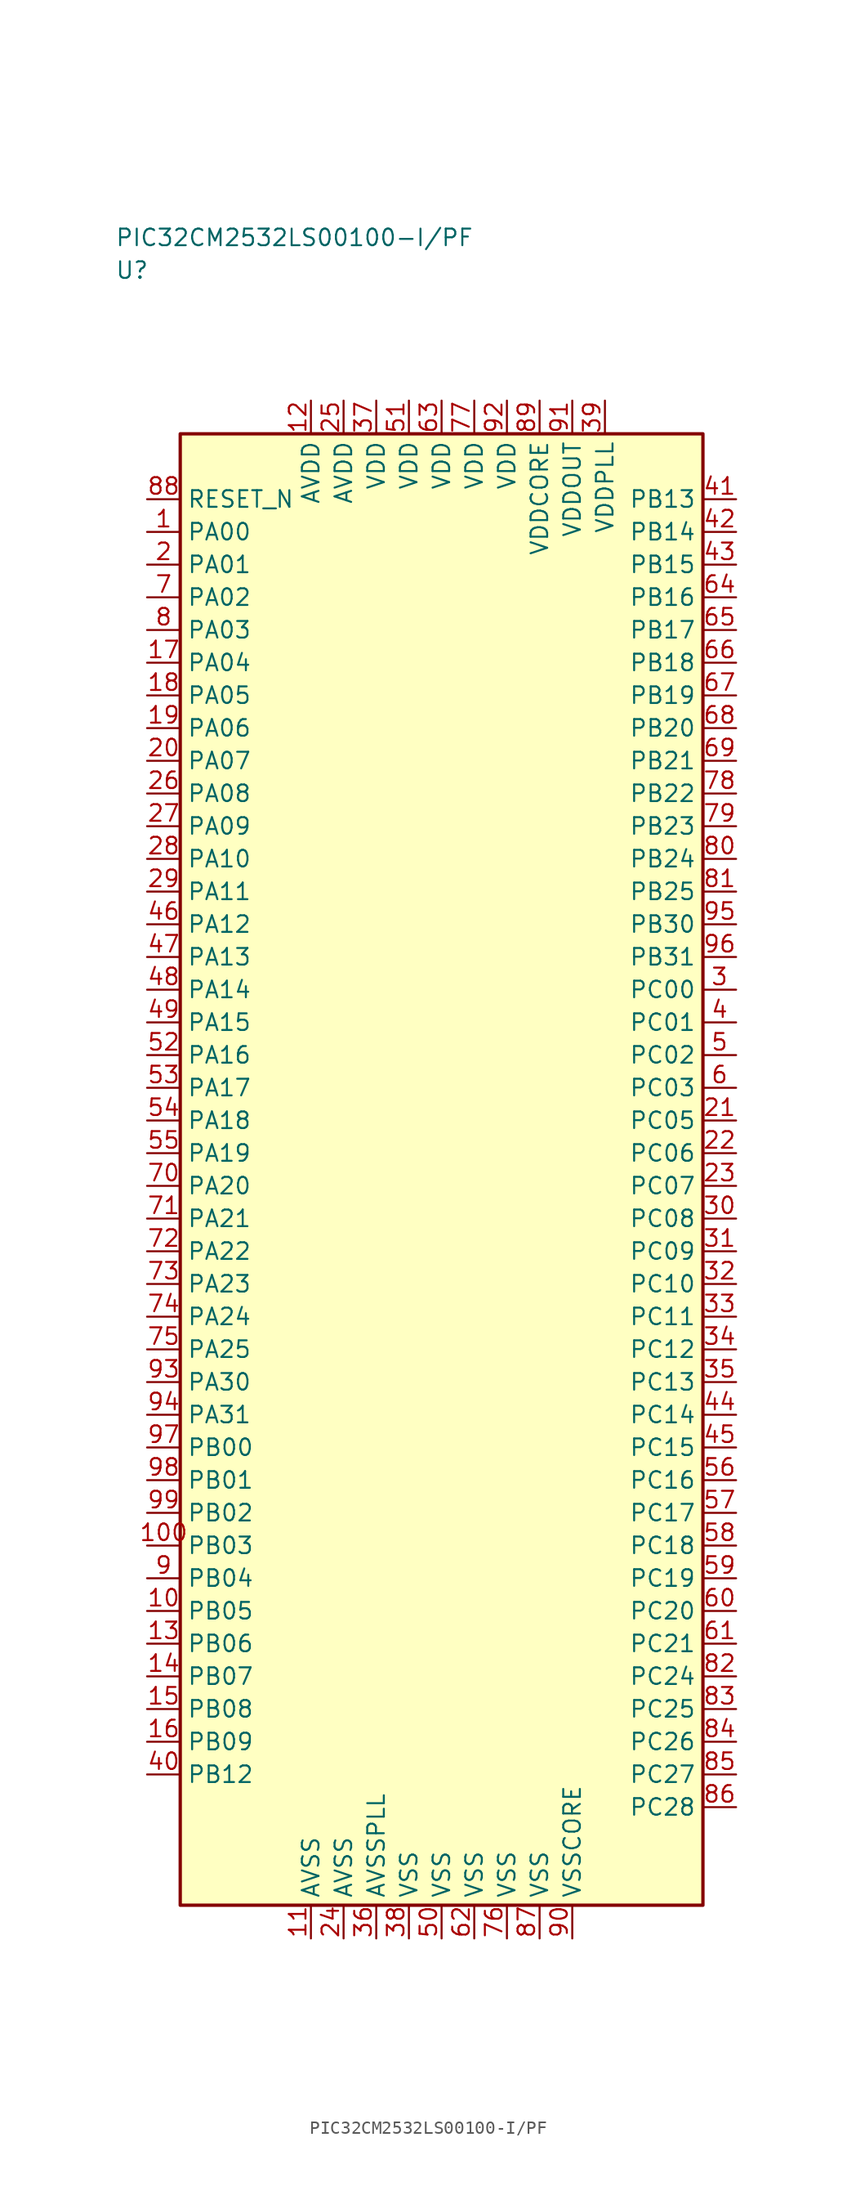
<source format=kicad_sym>
(kicad_symbol_lib
  (version 20241025)
  (generator "kicad_symbol_editor")
  (generator_version "8.0")
  (symbol "PIC32CM2532LS00100-I/PF"
    (property "Reference" "U"
      (at -25.0 68.75 0)
      (effects (font (size 1.27 1.27)) (justify left)))
    (property "Value" "PIC32CM2532LS00100-I/PF"
      (at -25.0 71.25 0)
      (effects (font (size 1.27 1.27)) (justify left)))
    (symbol "PIC32CM2532LS00100-I/PF_0_1"
      (rectangle (start -20.0 56.25) (end 20.0 -56.25) (stroke (width 0.254) (type default)) (fill (type background))))
    (symbol "PIC32CM2532LS00100-I/PF_1_1"
      (pin bidirectional line (at -22.54 48.75 0.0) (length 2.54) (name "PA00" (effects (font (size 1.27 1.27)))) (number "1" (effects (font (size 1.27 1.27)))))
      (pin bidirectional line (at -22.54 46.25 0.0) (length 2.54) (name "PA01" (effects (font (size 1.27 1.27)))) (number "2" (effects (font (size 1.27 1.27)))))
      (pin bidirectional line (at 22.54 13.75 180.0) (length 2.54) (name "PC00" (effects (font (size 1.27 1.27)))) (number "3" (effects (font (size 1.27 1.27)))))
      (pin bidirectional line (at 22.54 11.25 180.0) (length 2.54) (name "PC01" (effects (font (size 1.27 1.27)))) (number "4" (effects (font (size 1.27 1.27)))))
      (pin bidirectional line (at 22.54 8.75 180.0) (length 2.54) (name "PC02" (effects (font (size 1.27 1.27)))) (number "5" (effects (font (size 1.27 1.27)))))
      (pin bidirectional line (at 22.54 6.25 180.0) (length 2.54) (name "PC03" (effects (font (size 1.27 1.27)))) (number "6" (effects (font (size 1.27 1.27)))))
      (pin bidirectional line (at -22.54 43.75 0.0) (length 2.54) (name "PA02" (effects (font (size 1.27 1.27)))) (number "7" (effects (font (size 1.27 1.27)))))
      (pin bidirectional line (at -22.54 41.25 0.0) (length 2.54) (name "PA03" (effects (font (size 1.27 1.27)))) (number "8" (effects (font (size 1.27 1.27)))))
      (pin bidirectional line (at -22.54 -31.25 0.0) (length 2.54) (name "PB04" (effects (font (size 1.27 1.27)))) (number "9" (effects (font (size 1.27 1.27)))))
      (pin bidirectional line (at -22.54 -33.75 0.0) (length 2.54) (name "PB05" (effects (font (size 1.27 1.27)))) (number "10" (effects (font (size 1.27 1.27)))))
      (pin passive line (at -10.0 -58.79 90.0) (length 2.54) (name "AVSS" (effects (font (size 1.27 1.27)))) (number "11" (effects (font (size 1.27 1.27)))))
      (pin power_in line (at -10.0 58.79 270.0) (length 2.54) (name "AVDD" (effects (font (size 1.27 1.27)))) (number "12" (effects (font (size 1.27 1.27)))))
      (pin bidirectional line (at -22.54 -36.25 0.0) (length 2.54) (name "PB06" (effects (font (size 1.27 1.27)))) (number "13" (effects (font (size 1.27 1.27)))))
      (pin bidirectional line (at -22.54 -38.75 0.0) (length 2.54) (name "PB07" (effects (font (size 1.27 1.27)))) (number "14" (effects (font (size 1.27 1.27)))))
      (pin bidirectional line (at -22.54 -41.25 0.0) (length 2.54) (name "PB08" (effects (font (size 1.27 1.27)))) (number "15" (effects (font (size 1.27 1.27)))))
      (pin bidirectional line (at -22.54 -43.75 0.0) (length 2.54) (name "PB09" (effects (font (size 1.27 1.27)))) (number "16" (effects (font (size 1.27 1.27)))))
      (pin bidirectional line (at -22.54 38.75 0.0) (length 2.54) (name "PA04" (effects (font (size 1.27 1.27)))) (number "17" (effects (font (size 1.27 1.27)))))
      (pin bidirectional line (at -22.54 36.25 0.0) (length 2.54) (name "PA05" (effects (font (size 1.27 1.27)))) (number "18" (effects (font (size 1.27 1.27)))))
      (pin bidirectional line (at -22.54 33.75 0.0) (length 2.54) (name "PA06" (effects (font (size 1.27 1.27)))) (number "19" (effects (font (size 1.27 1.27)))))
      (pin bidirectional line (at -22.54 31.25 0.0) (length 2.54) (name "PA07" (effects (font (size 1.27 1.27)))) (number "20" (effects (font (size 1.27 1.27)))))
      (pin bidirectional line (at 22.54 3.75 180.0) (length 2.54) (name "PC05" (effects (font (size 1.27 1.27)))) (number "21" (effects (font (size 1.27 1.27)))))
      (pin bidirectional line (at 22.54 1.25 180.0) (length 2.54) (name "PC06" (effects (font (size 1.27 1.27)))) (number "22" (effects (font (size 1.27 1.27)))))
      (pin bidirectional line (at 22.54 -1.25 180.0) (length 2.54) (name "PC07" (effects (font (size 1.27 1.27)))) (number "23" (effects (font (size 1.27 1.27)))))
      (pin passive line (at -7.5 -58.79 90.0) (length 2.54) (name "AVSS" (effects (font (size 1.27 1.27)))) (number "24" (effects (font (size 1.27 1.27)))))
      (pin power_in line (at -7.5 58.79 270.0) (length 2.54) (name "AVDD" (effects (font (size 1.27 1.27)))) (number "25" (effects (font (size 1.27 1.27)))))
      (pin bidirectional line (at -22.54 28.75 0.0) (length 2.54) (name "PA08" (effects (font (size 1.27 1.27)))) (number "26" (effects (font (size 1.27 1.27)))))
      (pin bidirectional line (at -22.54 26.25 0.0) (length 2.54) (name "PA09" (effects (font (size 1.27 1.27)))) (number "27" (effects (font (size 1.27 1.27)))))
      (pin bidirectional line (at -22.54 23.75 0.0) (length 2.54) (name "PA10" (effects (font (size 1.27 1.27)))) (number "28" (effects (font (size 1.27 1.27)))))
      (pin bidirectional line (at -22.54 21.25 0.0) (length 2.54) (name "PA11" (effects (font (size 1.27 1.27)))) (number "29" (effects (font (size 1.27 1.27)))))
      (pin bidirectional line (at 22.54 -3.75 180.0) (length 2.54) (name "PC08" (effects (font (size 1.27 1.27)))) (number "30" (effects (font (size 1.27 1.27)))))
      (pin bidirectional line (at 22.54 -6.25 180.0) (length 2.54) (name "PC09" (effects (font (size 1.27 1.27)))) (number "31" (effects (font (size 1.27 1.27)))))
      (pin bidirectional line (at 22.54 -8.75 180.0) (length 2.54) (name "PC10" (effects (font (size 1.27 1.27)))) (number "32" (effects (font (size 1.27 1.27)))))
      (pin bidirectional line (at 22.54 -11.25 180.0) (length 2.54) (name "PC11" (effects (font (size 1.27 1.27)))) (number "33" (effects (font (size 1.27 1.27)))))
      (pin bidirectional line (at 22.54 -13.75 180.0) (length 2.54) (name "PC12" (effects (font (size 1.27 1.27)))) (number "34" (effects (font (size 1.27 1.27)))))
      (pin bidirectional line (at 22.54 -16.25 180.0) (length 2.54) (name "PC13" (effects (font (size 1.27 1.27)))) (number "35" (effects (font (size 1.27 1.27)))))
      (pin passive line (at -5.0 -58.79 90.0) (length 2.54) (name "AVSSPLL" (effects (font (size 1.27 1.27)))) (number "36" (effects (font (size 1.27 1.27)))))
      (pin power_in line (at -5.0 58.79 270.0) (length 2.54) (name "VDD" (effects (font (size 1.27 1.27)))) (number "37" (effects (font (size 1.27 1.27)))))
      (pin passive line (at -2.5 -58.79 90.0) (length 2.54) (name "VSS" (effects (font (size 1.27 1.27)))) (number "38" (effects (font (size 1.27 1.27)))))
      (pin power_in line (at 12.5 58.79 270.0) (length 2.54) (name "VDDPLL" (effects (font (size 1.27 1.27)))) (number "39" (effects (font (size 1.27 1.27)))))
      (pin bidirectional line (at -22.54 -46.25 0.0) (length 2.54) (name "PB12" (effects (font (size 1.27 1.27)))) (number "40" (effects (font (size 1.27 1.27)))))
      (pin bidirectional line (at 22.54 51.25 180.0) (length 2.54) (name "PB13" (effects (font (size 1.27 1.27)))) (number "41" (effects (font (size 1.27 1.27)))))
      (pin bidirectional line (at 22.54 48.75 180.0) (length 2.54) (name "PB14" (effects (font (size 1.27 1.27)))) (number "42" (effects (font (size 1.27 1.27)))))
      (pin bidirectional line (at 22.54 46.25 180.0) (length 2.54) (name "PB15" (effects (font (size 1.27 1.27)))) (number "43" (effects (font (size 1.27 1.27)))))
      (pin bidirectional line (at 22.54 -18.75 180.0) (length 2.54) (name "PC14" (effects (font (size 1.27 1.27)))) (number "44" (effects (font (size 1.27 1.27)))))
      (pin bidirectional line (at 22.54 -21.25 180.0) (length 2.54) (name "PC15" (effects (font (size 1.27 1.27)))) (number "45" (effects (font (size 1.27 1.27)))))
      (pin bidirectional line (at -22.54 18.75 0.0) (length 2.54) (name "PA12" (effects (font (size 1.27 1.27)))) (number "46" (effects (font (size 1.27 1.27)))))
      (pin bidirectional line (at -22.54 16.25 0.0) (length 2.54) (name "PA13" (effects (font (size 1.27 1.27)))) (number "47" (effects (font (size 1.27 1.27)))))
      (pin bidirectional line (at -22.54 13.75 0.0) (length 2.54) (name "PA14" (effects (font (size 1.27 1.27)))) (number "48" (effects (font (size 1.27 1.27)))))
      (pin bidirectional line (at -22.54 11.25 0.0) (length 2.54) (name "PA15" (effects (font (size 1.27 1.27)))) (number "49" (effects (font (size 1.27 1.27)))))
      (pin passive line (at 0.0 -58.79 90.0) (length 2.54) (name "VSS" (effects (font (size 1.27 1.27)))) (number "50" (effects (font (size 1.27 1.27)))))
      (pin power_in line (at -2.5 58.79 270.0) (length 2.54) (name "VDD" (effects (font (size 1.27 1.27)))) (number "51" (effects (font (size 1.27 1.27)))))
      (pin bidirectional line (at -22.54 8.75 0.0) (length 2.54) (name "PA16" (effects (font (size 1.27 1.27)))) (number "52" (effects (font (size 1.27 1.27)))))
      (pin bidirectional line (at -22.54 6.25 0.0) (length 2.54) (name "PA17" (effects (font (size 1.27 1.27)))) (number "53" (effects (font (size 1.27 1.27)))))
      (pin bidirectional line (at -22.54 3.75 0.0) (length 2.54) (name "PA18" (effects (font (size 1.27 1.27)))) (number "54" (effects (font (size 1.27 1.27)))))
      (pin bidirectional line (at -22.54 1.25 0.0) (length 2.54) (name "PA19" (effects (font (size 1.27 1.27)))) (number "55" (effects (font (size 1.27 1.27)))))
      (pin bidirectional line (at 22.54 -23.75 180.0) (length 2.54) (name "PC16" (effects (font (size 1.27 1.27)))) (number "56" (effects (font (size 1.27 1.27)))))
      (pin bidirectional line (at 22.54 -26.25 180.0) (length 2.54) (name "PC17" (effects (font (size 1.27 1.27)))) (number "57" (effects (font (size 1.27 1.27)))))
      (pin bidirectional line (at 22.54 -28.75 180.0) (length 2.54) (name "PC18" (effects (font (size 1.27 1.27)))) (number "58" (effects (font (size 1.27 1.27)))))
      (pin bidirectional line (at 22.54 -31.25 180.0) (length 2.54) (name "PC19" (effects (font (size 1.27 1.27)))) (number "59" (effects (font (size 1.27 1.27)))))
      (pin bidirectional line (at 22.54 -33.75 180.0) (length 2.54) (name "PC20" (effects (font (size 1.27 1.27)))) (number "60" (effects (font (size 1.27 1.27)))))
      (pin bidirectional line (at 22.54 -36.25 180.0) (length 2.54) (name "PC21" (effects (font (size 1.27 1.27)))) (number "61" (effects (font (size 1.27 1.27)))))
      (pin passive line (at 2.5 -58.79 90.0) (length 2.54) (name "VSS" (effects (font (size 1.27 1.27)))) (number "62" (effects (font (size 1.27 1.27)))))
      (pin power_in line (at 0.0 58.79 270.0) (length 2.54) (name "VDD" (effects (font (size 1.27 1.27)))) (number "63" (effects (font (size 1.27 1.27)))))
      (pin bidirectional line (at 22.54 43.75 180.0) (length 2.54) (name "PB16" (effects (font (size 1.27 1.27)))) (number "64" (effects (font (size 1.27 1.27)))))
      (pin bidirectional line (at 22.54 41.25 180.0) (length 2.54) (name "PB17" (effects (font (size 1.27 1.27)))) (number "65" (effects (font (size 1.27 1.27)))))
      (pin bidirectional line (at 22.54 38.75 180.0) (length 2.54) (name "PB18" (effects (font (size 1.27 1.27)))) (number "66" (effects (font (size 1.27 1.27)))))
      (pin bidirectional line (at 22.54 36.25 180.0) (length 2.54) (name "PB19" (effects (font (size 1.27 1.27)))) (number "67" (effects (font (size 1.27 1.27)))))
      (pin bidirectional line (at 22.54 33.75 180.0) (length 2.54) (name "PB20" (effects (font (size 1.27 1.27)))) (number "68" (effects (font (size 1.27 1.27)))))
      (pin bidirectional line (at 22.54 31.25 180.0) (length 2.54) (name "PB21" (effects (font (size 1.27 1.27)))) (number "69" (effects (font (size 1.27 1.27)))))
      (pin bidirectional line (at -22.54 -1.25 0.0) (length 2.54) (name "PA20" (effects (font (size 1.27 1.27)))) (number "70" (effects (font (size 1.27 1.27)))))
      (pin bidirectional line (at -22.54 -3.75 0.0) (length 2.54) (name "PA21" (effects (font (size 1.27 1.27)))) (number "71" (effects (font (size 1.27 1.27)))))
      (pin bidirectional line (at -22.54 -6.25 0.0) (length 2.54) (name "PA22" (effects (font (size 1.27 1.27)))) (number "72" (effects (font (size 1.27 1.27)))))
      (pin bidirectional line (at -22.54 -8.75 0.0) (length 2.54) (name "PA23" (effects (font (size 1.27 1.27)))) (number "73" (effects (font (size 1.27 1.27)))))
      (pin bidirectional line (at -22.54 -11.25 0.0) (length 2.54) (name "PA24" (effects (font (size 1.27 1.27)))) (number "74" (effects (font (size 1.27 1.27)))))
      (pin bidirectional line (at -22.54 -13.75 0.0) (length 2.54) (name "PA25" (effects (font (size 1.27 1.27)))) (number "75" (effects (font (size 1.27 1.27)))))
      (pin passive line (at 5.0 -58.79 90.0) (length 2.54) (name "VSS" (effects (font (size 1.27 1.27)))) (number "76" (effects (font (size 1.27 1.27)))))
      (pin power_in line (at 2.5 58.79 270.0) (length 2.54) (name "VDD" (effects (font (size 1.27 1.27)))) (number "77" (effects (font (size 1.27 1.27)))))
      (pin bidirectional line (at 22.54 28.75 180.0) (length 2.54) (name "PB22" (effects (font (size 1.27 1.27)))) (number "78" (effects (font (size 1.27 1.27)))))
      (pin bidirectional line (at 22.54 26.25 180.0) (length 2.54) (name "PB23" (effects (font (size 1.27 1.27)))) (number "79" (effects (font (size 1.27 1.27)))))
      (pin bidirectional line (at 22.54 23.75 180.0) (length 2.54) (name "PB24" (effects (font (size 1.27 1.27)))) (number "80" (effects (font (size 1.27 1.27)))))
      (pin bidirectional line (at 22.54 21.25 180.0) (length 2.54) (name "PB25" (effects (font (size 1.27 1.27)))) (number "81" (effects (font (size 1.27 1.27)))))
      (pin bidirectional line (at 22.54 -38.75 180.0) (length 2.54) (name "PC24" (effects (font (size 1.27 1.27)))) (number "82" (effects (font (size 1.27 1.27)))))
      (pin bidirectional line (at 22.54 -41.25 180.0) (length 2.54) (name "PC25" (effects (font (size 1.27 1.27)))) (number "83" (effects (font (size 1.27 1.27)))))
      (pin bidirectional line (at 22.54 -43.75 180.0) (length 2.54) (name "PC26" (effects (font (size 1.27 1.27)))) (number "84" (effects (font (size 1.27 1.27)))))
      (pin bidirectional line (at 22.54 -46.25 180.0) (length 2.54) (name "PC27" (effects (font (size 1.27 1.27)))) (number "85" (effects (font (size 1.27 1.27)))))
      (pin bidirectional line (at 22.54 -48.75 180.0) (length 2.54) (name "PC28" (effects (font (size 1.27 1.27)))) (number "86" (effects (font (size 1.27 1.27)))))
      (pin passive line (at 7.5 -58.79 90.0) (length 2.54) (name "VSS" (effects (font (size 1.27 1.27)))) (number "87" (effects (font (size 1.27 1.27)))))
      (pin input line (at -22.54 51.25 0.0) (length 2.54) (name "RESET_N" (effects (font (size 1.27 1.27)))) (number "88" (effects (font (size 1.27 1.27)))))
      (pin power_in line (at 7.5 58.79 270.0) (length 2.54) (name "VDDCORE" (effects (font (size 1.27 1.27)))) (number "89" (effects (font (size 1.27 1.27)))))
      (pin passive line (at 10.0 -58.79 90.0) (length 2.54) (name "VSSCORE" (effects (font (size 1.27 1.27)))) (number "90" (effects (font (size 1.27 1.27)))))
      (pin power_in line (at 10.0 58.79 270.0) (length 2.54) (name "VDDOUT" (effects (font (size 1.27 1.27)))) (number "91" (effects (font (size 1.27 1.27)))))
      (pin power_in line (at 5.0 58.79 270.0) (length 2.54) (name "VDD" (effects (font (size 1.27 1.27)))) (number "92" (effects (font (size 1.27 1.27)))))
      (pin bidirectional line (at -22.54 -16.25 0.0) (length 2.54) (name "PA30" (effects (font (size 1.27 1.27)))) (number "93" (effects (font (size 1.27 1.27)))))
      (pin bidirectional line (at -22.54 -18.75 0.0) (length 2.54) (name "PA31" (effects (font (size 1.27 1.27)))) (number "94" (effects (font (size 1.27 1.27)))))
      (pin bidirectional line (at 22.54 18.75 180.0) (length 2.54) (name "PB30" (effects (font (size 1.27 1.27)))) (number "95" (effects (font (size 1.27 1.27)))))
      (pin bidirectional line (at 22.54 16.25 180.0) (length 2.54) (name "PB31" (effects (font (size 1.27 1.27)))) (number "96" (effects (font (size 1.27 1.27)))))
      (pin bidirectional line (at -22.54 -21.25 0.0) (length 2.54) (name "PB00" (effects (font (size 1.27 1.27)))) (number "97" (effects (font (size 1.27 1.27)))))
      (pin bidirectional line (at -22.54 -23.75 0.0) (length 2.54) (name "PB01" (effects (font (size 1.27 1.27)))) (number "98" (effects (font (size 1.27 1.27)))))
      (pin bidirectional line (at -22.54 -26.25 0.0) (length 2.54) (name "PB02" (effects (font (size 1.27 1.27)))) (number "99" (effects (font (size 1.27 1.27)))))
      (pin bidirectional line (at -22.54 -28.75 0.0) (length 2.54) (name "PB03" (effects (font (size 1.27 1.27)))) (number "100" (effects (font (size 1.27 1.27))))))))
</source>
